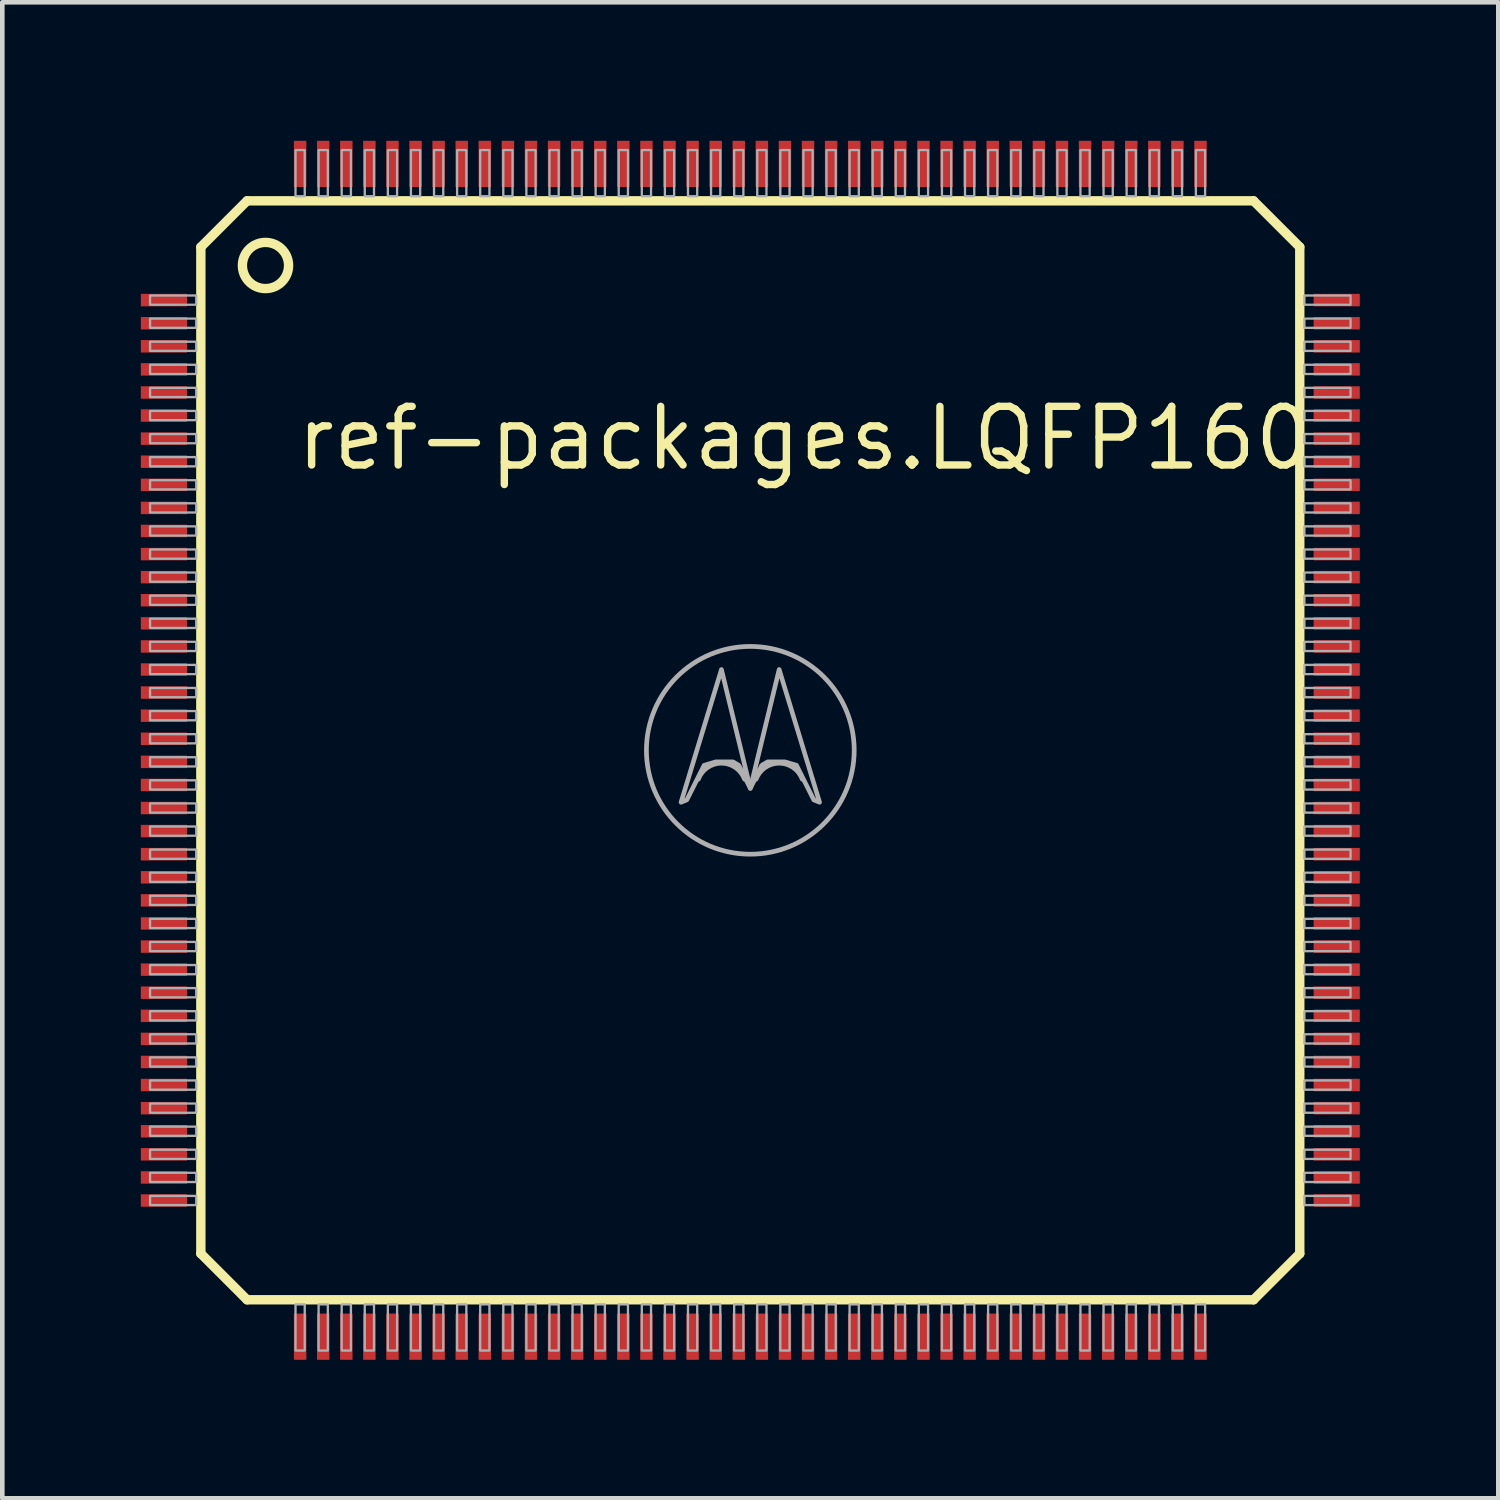
<source format=kicad_pcb>
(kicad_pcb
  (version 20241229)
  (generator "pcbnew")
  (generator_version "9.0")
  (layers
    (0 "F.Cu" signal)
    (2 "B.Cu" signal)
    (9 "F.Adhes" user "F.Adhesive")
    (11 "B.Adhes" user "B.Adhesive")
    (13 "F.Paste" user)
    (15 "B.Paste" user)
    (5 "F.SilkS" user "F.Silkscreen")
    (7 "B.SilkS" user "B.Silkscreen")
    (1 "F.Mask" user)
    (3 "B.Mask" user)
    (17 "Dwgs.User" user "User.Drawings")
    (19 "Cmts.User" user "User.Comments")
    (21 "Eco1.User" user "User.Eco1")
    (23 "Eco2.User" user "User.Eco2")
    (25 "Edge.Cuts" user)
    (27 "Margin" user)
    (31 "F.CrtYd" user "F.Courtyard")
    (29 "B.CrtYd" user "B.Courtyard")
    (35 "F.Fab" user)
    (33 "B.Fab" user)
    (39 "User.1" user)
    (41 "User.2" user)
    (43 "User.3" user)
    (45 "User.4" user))
  (footprint "ref-packages.LQFP160"
    (layer "F.Cu")
    (at 13.2 13.2)
    (property "Reference" "ref-packages.LQFP160" (at -9.908 -6.016 0) (layer "F.SilkS") (effects (font (size 1.27 1.27) (thickness 0.16)) (justify left bottom)))
    (attr smd)
    (fp_line (start -11.9 -10.9) (end -10.9 -11.9) (stroke (width 0.203) (type default)) (layer "F.SilkS"))
    (fp_line (start -11.9 10.9) (end -11.9 -10.9) (stroke (width 0.203) (type default)) (layer "F.SilkS"))
    (fp_line (start -11.9 10.9) (end -10.9 11.9) (stroke (width 0.203) (type default)) (layer "F.SilkS"))
    (fp_line (start -10.9 -11.9) (end 10.9 -11.9) (stroke (width 0.203) (type default)) (layer "F.SilkS"))
    (fp_line (start 10.9 11.9) (end -10.9 11.9) (stroke (width 0.203) (type default)) (layer "F.SilkS"))
    (fp_line (start 11.9 -10.9) (end 10.9 -11.9) (stroke (width 0.203) (type default)) (layer "F.SilkS"))
    (fp_line (start 11.9 -10.9) (end 11.9 10.9) (stroke (width 0.203) (type default)) (layer "F.SilkS"))
    (fp_line (start 11.9 10.9) (end 10.9 11.9) (stroke (width 0.203) (type default)) (layer "F.SilkS"))
    (fp_circle (center -10.5 -10.5) (end -10 -10.5) (stroke (width 0.203) (type default)) (fill no) (layer "F.SilkS"))
    (fp_rect (start -13 -9.65) (end -12 -9.85) (stroke (width 0.05) (type default)) (fill no) (layer "F.Fab"))
    (fp_rect (start -13 -9.15) (end -12 -9.35) (stroke (width 0.05) (type default)) (fill no) (layer "F.Fab"))
    (fp_rect (start -13 -8.65) (end -12 -8.85) (stroke (width 0.05) (type default)) (fill no) (layer "F.Fab"))
    (fp_rect (start -13 -8.15) (end -12 -8.35) (stroke (width 0.05) (type default)) (fill no) (layer "F.Fab"))
    (fp_rect (start -13 -7.65) (end -12 -7.85) (stroke (width 0.05) (type default)) (fill no) (layer "F.Fab"))
    (fp_rect (start -13 -7.15) (end -12 -7.35) (stroke (width 0.05) (type default)) (fill no) (layer "F.Fab"))
    (fp_rect (start -13 -6.65) (end -12 -6.85) (stroke (width 0.05) (type default)) (fill no) (layer "F.Fab"))
    (fp_rect (start -13 -6.15) (end -12 -6.35) (stroke (width 0.05) (type default)) (fill no) (layer "F.Fab"))
    (fp_rect (start -13 -5.65) (end -12 -5.85) (stroke (width 0.05) (type default)) (fill no) (layer "F.Fab"))
    (fp_rect (start -13 -5.15) (end -12 -5.35) (stroke (width 0.05) (type default)) (fill no) (layer "F.Fab"))
    (fp_rect (start -13 -4.65) (end -12 -4.85) (stroke (width 0.05) (type default)) (fill no) (layer "F.Fab"))
    (fp_rect (start -13 -4.15) (end -12 -4.35) (stroke (width 0.05) (type default)) (fill no) (layer "F.Fab"))
    (fp_rect (start -13 -3.65) (end -12 -3.85) (stroke (width 0.05) (type default)) (fill no) (layer "F.Fab"))
    (fp_rect (start -13 -3.15) (end -12 -3.35) (stroke (width 0.05) (type default)) (fill no) (layer "F.Fab"))
    (fp_rect (start -13 -2.65) (end -12 -2.85) (stroke (width 0.05) (type default)) (fill no) (layer "F.Fab"))
    (fp_rect (start -13 -2.15) (end -12 -2.35) (stroke (width 0.05) (type default)) (fill no) (layer "F.Fab"))
    (fp_rect (start -13 -1.65) (end -12 -1.85) (stroke (width 0.05) (type default)) (fill no) (layer "F.Fab"))
    (fp_rect (start -13 -1.15) (end -12 -1.35) (stroke (width 0.05) (type default)) (fill no) (layer "F.Fab"))
    (fp_rect (start -13 -0.65) (end -12 -0.85) (stroke (width 0.05) (type default)) (fill no) (layer "F.Fab"))
    (fp_rect (start -13 -0.15) (end -12 -0.35) (stroke (width 0.05) (type default)) (fill no) (layer "F.Fab"))
    (fp_rect (start -13 0.35) (end -12 0.15) (stroke (width 0.05) (type default)) (fill no) (layer "F.Fab"))
    (fp_rect (start -13 0.85) (end -12 0.65) (stroke (width 0.05) (type default)) (fill no) (layer "F.Fab"))
    (fp_rect (start -13 1.35) (end -12 1.15) (stroke (width 0.05) (type default)) (fill no) (layer "F.Fab"))
    (fp_rect (start -13 1.85) (end -12 1.65) (stroke (width 0.05) (type default)) (fill no) (layer "F.Fab"))
    (fp_rect (start -13 2.35) (end -12 2.15) (stroke (width 0.05) (type default)) (fill no) (layer "F.Fab"))
    (fp_rect (start -13 2.85) (end -12 2.65) (stroke (width 0.05) (type default)) (fill no) (layer "F.Fab"))
    (fp_rect (start -13 3.35) (end -12 3.15) (stroke (width 0.05) (type default)) (fill no) (layer "F.Fab"))
    (fp_rect (start -13 3.85) (end -12 3.65) (stroke (width 0.05) (type default)) (fill no) (layer "F.Fab"))
    (fp_rect (start -13 4.35) (end -12 4.15) (stroke (width 0.05) (type default)) (fill no) (layer "F.Fab"))
    (fp_rect (start -13 4.85) (end -12 4.65) (stroke (width 0.05) (type default)) (fill no) (layer "F.Fab"))
    (fp_rect (start -13 5.35) (end -12 5.15) (stroke (width 0.05) (type default)) (fill no) (layer "F.Fab"))
    (fp_rect (start -13 5.85) (end -12 5.65) (stroke (width 0.05) (type default)) (fill no) (layer "F.Fab"))
    (fp_rect (start -13 6.35) (end -12 6.15) (stroke (width 0.05) (type default)) (fill no) (layer "F.Fab"))
    (fp_rect (start -13 6.85) (end -12 6.65) (stroke (width 0.05) (type default)) (fill no) (layer "F.Fab"))
    (fp_rect (start -13 7.35) (end -12 7.15) (stroke (width 0.05) (type default)) (fill no) (layer "F.Fab"))
    (fp_rect (start -13 7.85) (end -12 7.65) (stroke (width 0.05) (type default)) (fill no) (layer "F.Fab"))
    (fp_rect (start -13 8.35) (end -12 8.15) (stroke (width 0.05) (type default)) (fill no) (layer "F.Fab"))
    (fp_rect (start -13 8.85) (end -12 8.65) (stroke (width 0.05) (type default)) (fill no) (layer "F.Fab"))
    (fp_rect (start -13 9.35) (end -12 9.15) (stroke (width 0.05) (type default)) (fill no) (layer "F.Fab"))
    (fp_rect (start -13 9.85) (end -12 9.65) (stroke (width 0.05) (type default)) (fill no) (layer "F.Fab"))
    (fp_rect (start -9.85 -12) (end -9.65 -13) (stroke (width 0.05) (type default)) (fill no) (layer "F.Fab"))
    (fp_rect (start -9.85 13) (end -9.65 12) (stroke (width 0.05) (type default)) (fill no) (layer "F.Fab"))
    (fp_rect (start -9.35 -12) (end -9.15 -13) (stroke (width 0.05) (type default)) (fill no) (layer "F.Fab"))
    (fp_rect (start -9.35 13) (end -9.15 12) (stroke (width 0.05) (type default)) (fill no) (layer "F.Fab"))
    (fp_rect (start -8.85 -12) (end -8.65 -13) (stroke (width 0.05) (type default)) (fill no) (layer "F.Fab"))
    (fp_rect (start -8.85 13) (end -8.65 12) (stroke (width 0.05) (type default)) (fill no) (layer "F.Fab"))
    (fp_rect (start -8.35 -12) (end -8.15 -13) (stroke (width 0.05) (type default)) (fill no) (layer "F.Fab"))
    (fp_rect (start -8.35 13) (end -8.15 12) (stroke (width 0.05) (type default)) (fill no) (layer "F.Fab"))
    (fp_rect (start -7.85 -12) (end -7.65 -13) (stroke (width 0.05) (type default)) (fill no) (layer "F.Fab"))
    (fp_rect (start -7.85 13) (end -7.65 12) (stroke (width 0.05) (type default)) (fill no) (layer "F.Fab"))
    (fp_rect (start -7.35 -12) (end -7.15 -13) (stroke (width 0.05) (type default)) (fill no) (layer "F.Fab"))
    (fp_rect (start -7.35 13) (end -7.15 12) (stroke (width 0.05) (type default)) (fill no) (layer "F.Fab"))
    (fp_rect (start -6.85 -12) (end -6.65 -13) (stroke (width 0.05) (type default)) (fill no) (layer "F.Fab"))
    (fp_rect (start -6.85 13) (end -6.65 12) (stroke (width 0.05) (type default)) (fill no) (layer "F.Fab"))
    (fp_rect (start -6.35 -12) (end -6.15 -13) (stroke (width 0.05) (type default)) (fill no) (layer "F.Fab"))
    (fp_rect (start -6.35 13) (end -6.15 12) (stroke (width 0.05) (type default)) (fill no) (layer "F.Fab"))
    (fp_rect (start -5.85 -12) (end -5.65 -13) (stroke (width 0.05) (type default)) (fill no) (layer "F.Fab"))
    (fp_rect (start -5.85 13) (end -5.65 12) (stroke (width 0.05) (type default)) (fill no) (layer "F.Fab"))
    (fp_rect (start -5.35 -12) (end -5.15 -13) (stroke (width 0.05) (type default)) (fill no) (layer "F.Fab"))
    (fp_rect (start -5.35 13) (end -5.15 12) (stroke (width 0.05) (type default)) (fill no) (layer "F.Fab"))
    (fp_rect (start -4.85 -12) (end -4.65 -13) (stroke (width 0.05) (type default)) (fill no) (layer "F.Fab"))
    (fp_rect (start -4.85 13) (end -4.65 12) (stroke (width 0.05) (type default)) (fill no) (layer "F.Fab"))
    (fp_rect (start -4.35 -12) (end -4.15 -13) (stroke (width 0.05) (type default)) (fill no) (layer "F.Fab"))
    (fp_rect (start -4.35 13) (end -4.15 12) (stroke (width 0.05) (type default)) (fill no) (layer "F.Fab"))
    (fp_rect (start -3.85 -12) (end -3.65 -13) (stroke (width 0.05) (type default)) (fill no) (layer "F.Fab"))
    (fp_rect (start -3.85 13) (end -3.65 12) (stroke (width 0.05) (type default)) (fill no) (layer "F.Fab"))
    (fp_rect (start -3.35 -12) (end -3.15 -13) (stroke (width 0.05) (type default)) (fill no) (layer "F.Fab"))
    (fp_rect (start -3.35 13) (end -3.15 12) (stroke (width 0.05) (type default)) (fill no) (layer "F.Fab"))
    (fp_rect (start -2.85 -12) (end -2.65 -13) (stroke (width 0.05) (type default)) (fill no) (layer "F.Fab"))
    (fp_rect (start -2.85 13) (end -2.65 12) (stroke (width 0.05) (type default)) (fill no) (layer "F.Fab"))
    (fp_rect (start -2.35 -12) (end -2.15 -13) (stroke (width 0.05) (type default)) (fill no) (layer "F.Fab"))
    (fp_rect (start -2.35 13) (end -2.15 12) (stroke (width 0.05) (type default)) (fill no) (layer "F.Fab"))
    (fp_rect (start -1.85 -12) (end -1.65 -13) (stroke (width 0.05) (type default)) (fill no) (layer "F.Fab"))
    (fp_rect (start -1.85 13) (end -1.65 12) (stroke (width 0.05) (type default)) (fill no) (layer "F.Fab"))
    (fp_rect (start -1.35 -12) (end -1.15 -13) (stroke (width 0.05) (type default)) (fill no) (layer "F.Fab"))
    (fp_rect (start -1.35 13) (end -1.15 12) (stroke (width 0.05) (type default)) (fill no) (layer "F.Fab"))
    (fp_rect (start -0.85 -12) (end -0.65 -13) (stroke (width 0.05) (type default)) (fill no) (layer "F.Fab"))
    (fp_rect (start -0.85 13) (end -0.65 12) (stroke (width 0.05) (type default)) (fill no) (layer "F.Fab"))
    (fp_rect (start -0.35 -12) (end -0.15 -13) (stroke (width 0.05) (type default)) (fill no) (layer "F.Fab"))
    (fp_rect (start -0.35 13) (end -0.15 12) (stroke (width 0.05) (type default)) (fill no) (layer "F.Fab"))
    (fp_rect (start 0.15 -12) (end 0.35 -13) (stroke (width 0.05) (type default)) (fill no) (layer "F.Fab"))
    (fp_rect (start 0.15 13) (end 0.35 12) (stroke (width 0.05) (type default)) (fill no) (layer "F.Fab"))
    (fp_rect (start 0.65 -12) (end 0.85 -13) (stroke (width 0.05) (type default)) (fill no) (layer "F.Fab"))
    (fp_rect (start 0.65 13) (end 0.85 12) (stroke (width 0.05) (type default)) (fill no) (layer "F.Fab"))
    (fp_rect (start 1.15 -12) (end 1.35 -13) (stroke (width 0.05) (type default)) (fill no) (layer "F.Fab"))
    (fp_rect (start 1.15 13) (end 1.35 12) (stroke (width 0.05) (type default)) (fill no) (layer "F.Fab"))
    (fp_rect (start 1.65 -12) (end 1.85 -13) (stroke (width 0.05) (type default)) (fill no) (layer "F.Fab"))
    (fp_rect (start 1.65 13) (end 1.85 12) (stroke (width 0.05) (type default)) (fill no) (layer "F.Fab"))
    (fp_rect (start 2.15 -12) (end 2.35 -13) (stroke (width 0.05) (type default)) (fill no) (layer "F.Fab"))
    (fp_rect (start 2.15 13) (end 2.35 12) (stroke (width 0.05) (type default)) (fill no) (layer "F.Fab"))
    (fp_rect (start 2.65 -12) (end 2.85 -13) (stroke (width 0.05) (type default)) (fill no) (layer "F.Fab"))
    (fp_rect (start 2.65 13) (end 2.85 12) (stroke (width 0.05) (type default)) (fill no) (layer "F.Fab"))
    (fp_rect (start 3.15 -12) (end 3.35 -13) (stroke (width 0.05) (type default)) (fill no) (layer "F.Fab"))
    (fp_rect (start 3.15 13) (end 3.35 12) (stroke (width 0.05) (type default)) (fill no) (layer "F.Fab"))
    (fp_rect (start 3.65 -12) (end 3.85 -13) (stroke (width 0.05) (type default)) (fill no) (layer "F.Fab"))
    (fp_rect (start 3.65 13) (end 3.85 12) (stroke (width 0.05) (type default)) (fill no) (layer "F.Fab"))
    (fp_rect (start 4.15 -12) (end 4.35 -13) (stroke (width 0.05) (type default)) (fill no) (layer "F.Fab"))
    (fp_rect (start 4.15 13) (end 4.35 12) (stroke (width 0.05) (type default)) (fill no) (layer "F.Fab"))
    (fp_rect (start 4.65 -12) (end 4.85 -13) (stroke (width 0.05) (type default)) (fill no) (layer "F.Fab"))
    (fp_rect (start 4.65 13) (end 4.85 12) (stroke (width 0.05) (type default)) (fill no) (layer "F.Fab"))
    (fp_rect (start 5.15 -12) (end 5.35 -13) (stroke (width 0.05) (type default)) (fill no) (layer "F.Fab"))
    (fp_rect (start 5.15 13) (end 5.35 12) (stroke (width 0.05) (type default)) (fill no) (layer "F.Fab"))
    (fp_rect (start 5.65 -12) (end 5.85 -13) (stroke (width 0.05) (type default)) (fill no) (layer "F.Fab"))
    (fp_rect (start 5.65 13) (end 5.85 12) (stroke (width 0.05) (type default)) (fill no) (layer "F.Fab"))
    (fp_rect (start 6.15 -12) (end 6.35 -13) (stroke (width 0.05) (type default)) (fill no) (layer "F.Fab"))
    (fp_rect (start 6.15 13) (end 6.35 12) (stroke (width 0.05) (type default)) (fill no) (layer "F.Fab"))
    (fp_rect (start 6.65 -12) (end 6.85 -13) (stroke (width 0.05) (type default)) (fill no) (layer "F.Fab"))
    (fp_rect (start 6.65 13) (end 6.85 12) (stroke (width 0.05) (type default)) (fill no) (layer "F.Fab"))
    (fp_rect (start 7.15 -12) (end 7.35 -13) (stroke (width 0.05) (type default)) (fill no) (layer "F.Fab"))
    (fp_rect (start 7.15 13) (end 7.35 12) (stroke (width 0.05) (type default)) (fill no) (layer "F.Fab"))
    (fp_rect (start 7.65 -12) (end 7.85 -13) (stroke (width 0.05) (type default)) (fill no) (layer "F.Fab"))
    (fp_rect (start 7.65 13) (end 7.85 12) (stroke (width 0.05) (type default)) (fill no) (layer "F.Fab"))
    (fp_rect (start 8.15 -12) (end 8.35 -13) (stroke (width 0.05) (type default)) (fill no) (layer "F.Fab"))
    (fp_rect (start 8.15 13) (end 8.35 12) (stroke (width 0.05) (type default)) (fill no) (layer "F.Fab"))
    (fp_rect (start 8.65 -12) (end 8.85 -13) (stroke (width 0.05) (type default)) (fill no) (layer "F.Fab"))
    (fp_rect (start 8.65 13) (end 8.85 12) (stroke (width 0.05) (type default)) (fill no) (layer "F.Fab"))
    (fp_rect (start 9.15 -12) (end 9.35 -13) (stroke (width 0.05) (type default)) (fill no) (layer "F.Fab"))
    (fp_rect (start 9.15 13) (end 9.35 12) (stroke (width 0.05) (type default)) (fill no) (layer "F.Fab"))
    (fp_rect (start 9.65 -12) (end 9.85 -13) (stroke (width 0.05) (type default)) (fill no) (layer "F.Fab"))
    (fp_rect (start 9.65 13) (end 9.85 12) (stroke (width 0.05) (type default)) (fill no) (layer "F.Fab"))
    (fp_rect (start 12 -9.65) (end 13 -9.85) (stroke (width 0.05) (type default)) (fill no) (layer "F.Fab"))
    (fp_rect (start 12 -9.15) (end 13 -9.35) (stroke (width 0.05) (type default)) (fill no) (layer "F.Fab"))
    (fp_rect (start 12 -8.65) (end 13 -8.85) (stroke (width 0.05) (type default)) (fill no) (layer "F.Fab"))
    (fp_rect (start 12 -8.15) (end 13 -8.35) (stroke (width 0.05) (type default)) (fill no) (layer "F.Fab"))
    (fp_rect (start 12 -7.65) (end 13 -7.85) (stroke (width 0.05) (type default)) (fill no) (layer "F.Fab"))
    (fp_rect (start 12 -7.15) (end 13 -7.35) (stroke (width 0.05) (type default)) (fill no) (layer "F.Fab"))
    (fp_rect (start 12 -6.65) (end 13 -6.85) (stroke (width 0.05) (type default)) (fill no) (layer "F.Fab"))
    (fp_rect (start 12 -6.15) (end 13 -6.35) (stroke (width 0.05) (type default)) (fill no) (layer "F.Fab"))
    (fp_rect (start 12 -5.65) (end 13 -5.85) (stroke (width 0.05) (type default)) (fill no) (layer "F.Fab"))
    (fp_rect (start 12 -5.15) (end 13 -5.35) (stroke (width 0.05) (type default)) (fill no) (layer "F.Fab"))
    (fp_rect (start 12 -4.65) (end 13 -4.85) (stroke (width 0.05) (type default)) (fill no) (layer "F.Fab"))
    (fp_rect (start 12 -4.15) (end 13 -4.35) (stroke (width 0.05) (type default)) (fill no) (layer "F.Fab"))
    (fp_rect (start 12 -3.65) (end 13 -3.85) (stroke (width 0.05) (type default)) (fill no) (layer "F.Fab"))
    (fp_rect (start 12 -3.15) (end 13 -3.35) (stroke (width 0.05) (type default)) (fill no) (layer "F.Fab"))
    (fp_rect (start 12 -2.65) (end 13 -2.85) (stroke (width 0.05) (type default)) (fill no) (layer "F.Fab"))
    (fp_rect (start 12 -2.15) (end 13 -2.35) (stroke (width 0.05) (type default)) (fill no) (layer "F.Fab"))
    (fp_rect (start 12 -1.65) (end 13 -1.85) (stroke (width 0.05) (type default)) (fill no) (layer "F.Fab"))
    (fp_rect (start 12 -1.15) (end 13 -1.35) (stroke (width 0.05) (type default)) (fill no) (layer "F.Fab"))
    (fp_rect (start 12 -0.65) (end 13 -0.85) (stroke (width 0.05) (type default)) (fill no) (layer "F.Fab"))
    (fp_rect (start 12 -0.15) (end 13 -0.35) (stroke (width 0.05) (type default)) (fill no) (layer "F.Fab"))
    (fp_rect (start 12 0.35) (end 13 0.15) (stroke (width 0.05) (type default)) (fill no) (layer "F.Fab"))
    (fp_rect (start 12 0.85) (end 13 0.65) (stroke (width 0.05) (type default)) (fill no) (layer "F.Fab"))
    (fp_rect (start 12 1.35) (end 13 1.15) (stroke (width 0.05) (type default)) (fill no) (layer "F.Fab"))
    (fp_rect (start 12 1.85) (end 13 1.65) (stroke (width 0.05) (type default)) (fill no) (layer "F.Fab"))
    (fp_rect (start 12 2.35) (end 13 2.15) (stroke (width 0.05) (type default)) (fill no) (layer "F.Fab"))
    (fp_rect (start 12 2.85) (end 13 2.65) (stroke (width 0.05) (type default)) (fill no) (layer "F.Fab"))
    (fp_rect (start 12 3.35) (end 13 3.15) (stroke (width 0.05) (type default)) (fill no) (layer "F.Fab"))
    (fp_rect (start 12 3.85) (end 13 3.65) (stroke (width 0.05) (type default)) (fill no) (layer "F.Fab"))
    (fp_rect (start 12 4.35) (end 13 4.15) (stroke (width 0.05) (type default)) (fill no) (layer "F.Fab"))
    (fp_rect (start 12 4.85) (end 13 4.65) (stroke (width 0.05) (type default)) (fill no) (layer "F.Fab"))
    (fp_rect (start 12 5.35) (end 13 5.15) (stroke (width 0.05) (type default)) (fill no) (layer "F.Fab"))
    (fp_rect (start 12 5.85) (end 13 5.65) (stroke (width 0.05) (type default)) (fill no) (layer "F.Fab"))
    (fp_rect (start 12 6.35) (end 13 6.15) (stroke (width 0.05) (type default)) (fill no) (layer "F.Fab"))
    (fp_rect (start 12 6.85) (end 13 6.65) (stroke (width 0.05) (type default)) (fill no) (layer "F.Fab"))
    (fp_rect (start 12 7.35) (end 13 7.15) (stroke (width 0.05) (type default)) (fill no) (layer "F.Fab"))
    (fp_rect (start 12 7.85) (end 13 7.65) (stroke (width 0.05) (type default)) (fill no) (layer "F.Fab"))
    (fp_rect (start 12 8.35) (end 13 8.15) (stroke (width 0.05) (type default)) (fill no) (layer "F.Fab"))
    (fp_rect (start 12 8.85) (end 13 8.65) (stroke (width 0.05) (type default)) (fill no) (layer "F.Fab"))
    (fp_rect (start 12 9.35) (end 13 9.15) (stroke (width 0.05) (type default)) (fill no) (layer "F.Fab"))
    (fp_rect (start 12 9.85) (end 13 9.65) (stroke (width 0.05) (type default)) (fill no) (layer "F.Fab"))
    (fp_arc (start -1.125 0.625) (mid -0.625 0.2785) (end -0.125 0.625) (stroke (width 0.1016) (type default)) (layer "F.Fab"))
    (fp_arc (start 0.125 0.625) (mid 0.625 0.2785) (end 1.125 0.625) (stroke (width 0.1016) (type default)) (layer "F.Fab"))
    (fp_circle (center 0 0) (end 2.25 0) (stroke (width 0.102) (type default)) (fill no) (layer "F.Fab"))
    (fp_poly (pts (xy -1.5 1.125) (xy -0.625 -1.75) (xy 0 0.824) (xy -0.25 0.324) (xy -0.375 0.25) (xy -0.75 0.25) (xy -1 0.324) (xy -1.375 1.074)) (stroke (width 0.1) (type default)) (fill no) (layer "F.Fab"))
    (fp_poly (pts (xy 1.5 1.125) (xy 0.625 -1.75) (xy 0 0.824) (xy 0.25 0.324) (xy 0.375 0.25) (xy 0.75 0.25) (xy 1 0.324) (xy 1.375 1.074)) (stroke (width 0.1) (type default)) (fill no) (layer "F.Fab"))
    (pad "1" smd roundrect (at -12.7 -9.75) (size 1 0.27) (layers "F.Cu" "F.Mask" "F.Paste") (roundrect_rratio 0.01))
    (pad "2" smd roundrect (at -12.7 -9.25) (size 1 0.27) (layers "F.Cu" "F.Mask" "F.Paste") (roundrect_rratio 0.01))
    (pad "3" smd roundrect (at -12.7 -8.75) (size 1 0.27) (layers "F.Cu" "F.Mask" "F.Paste") (roundrect_rratio 0.01))
    (pad "4" smd roundrect (at -12.7 -8.25) (size 1 0.27) (layers "F.Cu" "F.Mask" "F.Paste") (roundrect_rratio 0.01))
    (pad "5" smd roundrect (at -12.7 -7.75) (size 1 0.27) (layers "F.Cu" "F.Mask" "F.Paste") (roundrect_rratio 0.01))
    (pad "6" smd roundrect (at -12.7 -7.25) (size 1 0.27) (layers "F.Cu" "F.Mask" "F.Paste") (roundrect_rratio 0.01))
    (pad "7" smd roundrect (at -12.7 -6.75) (size 1 0.27) (layers "F.Cu" "F.Mask" "F.Paste") (roundrect_rratio 0.01))
    (pad "8" smd roundrect (at -12.7 -6.25) (size 1 0.27) (layers "F.Cu" "F.Mask" "F.Paste") (roundrect_rratio 0.01))
    (pad "9" smd roundrect (at -12.7 -5.75) (size 1 0.27) (layers "F.Cu" "F.Mask" "F.Paste") (roundrect_rratio 0.01))
    (pad "10" smd roundrect (at -12.7 -5.25) (size 1 0.27) (layers "F.Cu" "F.Mask" "F.Paste") (roundrect_rratio 0.01))
    (pad "11" smd roundrect (at -12.7 -4.75) (size 1 0.27) (layers "F.Cu" "F.Mask" "F.Paste") (roundrect_rratio 0.01))
    (pad "12" smd roundrect (at -12.7 -4.25) (size 1 0.27) (layers "F.Cu" "F.Mask" "F.Paste") (roundrect_rratio 0.01))
    (pad "13" smd roundrect (at -12.7 -3.75) (size 1 0.27) (layers "F.Cu" "F.Mask" "F.Paste") (roundrect_rratio 0.01))
    (pad "14" smd roundrect (at -12.7 -3.25) (size 1 0.27) (layers "F.Cu" "F.Mask" "F.Paste") (roundrect_rratio 0.01))
    (pad "15" smd roundrect (at -12.7 -2.75) (size 1 0.27) (layers "F.Cu" "F.Mask" "F.Paste") (roundrect_rratio 0.01))
    (pad "16" smd roundrect (at -12.7 -2.25) (size 1 0.27) (layers "F.Cu" "F.Mask" "F.Paste") (roundrect_rratio 0.01))
    (pad "17" smd roundrect (at -12.7 -1.75) (size 1 0.27) (layers "F.Cu" "F.Mask" "F.Paste") (roundrect_rratio 0.01))
    (pad "18" smd roundrect (at -12.7 -1.25) (size 1 0.27) (layers "F.Cu" "F.Mask" "F.Paste") (roundrect_rratio 0.01))
    (pad "19" smd roundrect (at -12.7 -0.75) (size 1 0.27) (layers "F.Cu" "F.Mask" "F.Paste") (roundrect_rratio 0.01))
    (pad "20" smd roundrect (at -12.7 -0.25) (size 1 0.27) (layers "F.Cu" "F.Mask" "F.Paste") (roundrect_rratio 0.01))
    (pad "21" smd roundrect (at -12.7 0.25) (size 1 0.27) (layers "F.Cu" "F.Mask" "F.Paste") (roundrect_rratio 0.01))
    (pad "22" smd roundrect (at -12.7 0.75) (size 1 0.27) (layers "F.Cu" "F.Mask" "F.Paste") (roundrect_rratio 0.01))
    (pad "23" smd roundrect (at -12.7 1.25) (size 1 0.27) (layers "F.Cu" "F.Mask" "F.Paste") (roundrect_rratio 0.01))
    (pad "24" smd roundrect (at -12.7 1.75) (size 1 0.27) (layers "F.Cu" "F.Mask" "F.Paste") (roundrect_rratio 0.01))
    (pad "25" smd roundrect (at -12.7 2.25) (size 1 0.27) (layers "F.Cu" "F.Mask" "F.Paste") (roundrect_rratio 0.01))
    (pad "26" smd roundrect (at -12.7 2.75) (size 1 0.27) (layers "F.Cu" "F.Mask" "F.Paste") (roundrect_rratio 0.01))
    (pad "27" smd roundrect (at -12.7 3.25) (size 1 0.27) (layers "F.Cu" "F.Mask" "F.Paste") (roundrect_rratio 0.01))
    (pad "28" smd roundrect (at -12.7 3.75) (size 1 0.27) (layers "F.Cu" "F.Mask" "F.Paste") (roundrect_rratio 0.01))
    (pad "29" smd roundrect (at -12.7 4.25) (size 1 0.27) (layers "F.Cu" "F.Mask" "F.Paste") (roundrect_rratio 0.01))
    (pad "30" smd roundrect (at -12.7 4.75) (size 1 0.27) (layers "F.Cu" "F.Mask" "F.Paste") (roundrect_rratio 0.01))
    (pad "31" smd roundrect (at -12.7 5.25) (size 1 0.27) (layers "F.Cu" "F.Mask" "F.Paste") (roundrect_rratio 0.01))
    (pad "32" smd roundrect (at -12.7 5.75) (size 1 0.27) (layers "F.Cu" "F.Mask" "F.Paste") (roundrect_rratio 0.01))
    (pad "33" smd roundrect (at -12.7 6.25) (size 1 0.27) (layers "F.Cu" "F.Mask" "F.Paste") (roundrect_rratio 0.01))
    (pad "34" smd roundrect (at -12.7 6.75) (size 1 0.27) (layers "F.Cu" "F.Mask" "F.Paste") (roundrect_rratio 0.01))
    (pad "35" smd roundrect (at -12.7 7.25) (size 1 0.27) (layers "F.Cu" "F.Mask" "F.Paste") (roundrect_rratio 0.01))
    (pad "36" smd roundrect (at -12.7 7.75) (size 1 0.27) (layers "F.Cu" "F.Mask" "F.Paste") (roundrect_rratio 0.01))
    (pad "37" smd roundrect (at -12.7 8.25) (size 1 0.27) (layers "F.Cu" "F.Mask" "F.Paste") (roundrect_rratio 0.01))
    (pad "38" smd roundrect (at -12.7 8.75) (size 1 0.27) (layers "F.Cu" "F.Mask" "F.Paste") (roundrect_rratio 0.01))
    (pad "39" smd roundrect (at -12.7 9.25) (size 1 0.27) (layers "F.Cu" "F.Mask" "F.Paste") (roundrect_rratio 0.01))
    (pad "40" smd roundrect (at -12.7 9.75) (size 1 0.27) (layers "F.Cu" "F.Mask" "F.Paste") (roundrect_rratio 0.01))
    (pad "41" smd roundrect (at -9.75 12.7) (size 0.27 1) (layers "F.Cu" "F.Mask" "F.Paste") (roundrect_rratio 0.01))
    (pad "42" smd roundrect (at -9.25 12.7) (size 0.27 1) (layers "F.Cu" "F.Mask" "F.Paste") (roundrect_rratio 0.01))
    (pad "43" smd roundrect (at -8.75 12.7) (size 0.27 1) (layers "F.Cu" "F.Mask" "F.Paste") (roundrect_rratio 0.01))
    (pad "44" smd roundrect (at -8.25 12.7) (size 0.27 1) (layers "F.Cu" "F.Mask" "F.Paste") (roundrect_rratio 0.01))
    (pad "45" smd roundrect (at -7.75 12.7) (size 0.27 1) (layers "F.Cu" "F.Mask" "F.Paste") (roundrect_rratio 0.01))
    (pad "46" smd roundrect (at -7.25 12.7) (size 0.27 1) (layers "F.Cu" "F.Mask" "F.Paste") (roundrect_rratio 0.01))
    (pad "47" smd roundrect (at -6.75 12.7) (size 0.27 1) (layers "F.Cu" "F.Mask" "F.Paste") (roundrect_rratio 0.01))
    (pad "48" smd roundrect (at -6.25 12.7) (size 0.27 1) (layers "F.Cu" "F.Mask" "F.Paste") (roundrect_rratio 0.01))
    (pad "49" smd roundrect (at -5.75 12.7) (size 0.27 1) (layers "F.Cu" "F.Mask" "F.Paste") (roundrect_rratio 0.01))
    (pad "50" smd roundrect (at -5.25 12.7) (size 0.27 1) (layers "F.Cu" "F.Mask" "F.Paste") (roundrect_rratio 0.01))
    (pad "51" smd roundrect (at -4.75 12.7) (size 0.27 1) (layers "F.Cu" "F.Mask" "F.Paste") (roundrect_rratio 0.01))
    (pad "52" smd roundrect (at -4.25 12.7) (size 0.27 1) (layers "F.Cu" "F.Mask" "F.Paste") (roundrect_rratio 0.01))
    (pad "53" smd roundrect (at -3.75 12.7) (size 0.27 1) (layers "F.Cu" "F.Mask" "F.Paste") (roundrect_rratio 0.01))
    (pad "54" smd roundrect (at -3.25 12.7) (size 0.27 1) (layers "F.Cu" "F.Mask" "F.Paste") (roundrect_rratio 0.01))
    (pad "55" smd roundrect (at -2.75 12.7) (size 0.27 1) (layers "F.Cu" "F.Mask" "F.Paste") (roundrect_rratio 0.01))
    (pad "56" smd roundrect (at -2.25 12.7) (size 0.27 1) (layers "F.Cu" "F.Mask" "F.Paste") (roundrect_rratio 0.01))
    (pad "57" smd roundrect (at -1.75 12.7) (size 0.27 1) (layers "F.Cu" "F.Mask" "F.Paste") (roundrect_rratio 0.01))
    (pad "58" smd roundrect (at -1.25 12.7) (size 0.27 1) (layers "F.Cu" "F.Mask" "F.Paste") (roundrect_rratio 0.01))
    (pad "59" smd roundrect (at -0.75 12.7) (size 0.27 1) (layers "F.Cu" "F.Mask" "F.Paste") (roundrect_rratio 0.01))
    (pad "60" smd roundrect (at -0.25 12.7) (size 0.27 1) (layers "F.Cu" "F.Mask" "F.Paste") (roundrect_rratio 0.01))
    (pad "61" smd roundrect (at 0.25 12.7) (size 0.27 1) (layers "F.Cu" "F.Mask" "F.Paste") (roundrect_rratio 0.01))
    (pad "62" smd roundrect (at 0.75 12.7) (size 0.27 1) (layers "F.Cu" "F.Mask" "F.Paste") (roundrect_rratio 0.01))
    (pad "63" smd roundrect (at 1.25 12.7) (size 0.27 1) (layers "F.Cu" "F.Mask" "F.Paste") (roundrect_rratio 0.01))
    (pad "64" smd roundrect (at 1.75 12.7) (size 0.27 1) (layers "F.Cu" "F.Mask" "F.Paste") (roundrect_rratio 0.01))
    (pad "65" smd roundrect (at 2.25 12.7) (size 0.27 1) (layers "F.Cu" "F.Mask" "F.Paste") (roundrect_rratio 0.01))
    (pad "66" smd roundrect (at 2.75 12.7) (size 0.27 1) (layers "F.Cu" "F.Mask" "F.Paste") (roundrect_rratio 0.01))
    (pad "67" smd roundrect (at 3.25 12.7) (size 0.27 1) (layers "F.Cu" "F.Mask" "F.Paste") (roundrect_rratio 0.01))
    (pad "68" smd roundrect (at 3.75 12.7) (size 0.27 1) (layers "F.Cu" "F.Mask" "F.Paste") (roundrect_rratio 0.01))
    (pad "69" smd roundrect (at 4.25 12.7) (size 0.27 1) (layers "F.Cu" "F.Mask" "F.Paste") (roundrect_rratio 0.01))
    (pad "70" smd roundrect (at 4.75 12.7) (size 0.27 1) (layers "F.Cu" "F.Mask" "F.Paste") (roundrect_rratio 0.01))
    (pad "71" smd roundrect (at 5.25 12.7) (size 0.27 1) (layers "F.Cu" "F.Mask" "F.Paste") (roundrect_rratio 0.01))
    (pad "72" smd roundrect (at 5.75 12.7) (size 0.27 1) (layers "F.Cu" "F.Mask" "F.Paste") (roundrect_rratio 0.01))
    (pad "73" smd roundrect (at 6.25 12.7) (size 0.27 1) (layers "F.Cu" "F.Mask" "F.Paste") (roundrect_rratio 0.01))
    (pad "74" smd roundrect (at 6.75 12.7) (size 0.27 1) (layers "F.Cu" "F.Mask" "F.Paste") (roundrect_rratio 0.01))
    (pad "75" smd roundrect (at 7.25 12.7) (size 0.27 1) (layers "F.Cu" "F.Mask" "F.Paste") (roundrect_rratio 0.01))
    (pad "76" smd roundrect (at 7.75 12.7) (size 0.27 1) (layers "F.Cu" "F.Mask" "F.Paste") (roundrect_rratio 0.01))
    (pad "77" smd roundrect (at 8.25 12.7) (size 0.27 1) (layers "F.Cu" "F.Mask" "F.Paste") (roundrect_rratio 0.01))
    (pad "78" smd roundrect (at 8.75 12.7) (size 0.27 1) (layers "F.Cu" "F.Mask" "F.Paste") (roundrect_rratio 0.01))
    (pad "79" smd roundrect (at 9.25 12.7) (size 0.27 1) (layers "F.Cu" "F.Mask" "F.Paste") (roundrect_rratio 0.01))
    (pad "80" smd roundrect (at 9.75 12.7) (size 0.27 1) (layers "F.Cu" "F.Mask" "F.Paste") (roundrect_rratio 0.01))
    (pad "81" smd roundrect (at 12.7 9.75) (size 1 0.27) (layers "F.Cu" "F.Mask" "F.Paste") (roundrect_rratio 0.01))
    (pad "82" smd roundrect (at 12.7 9.25) (size 1 0.27) (layers "F.Cu" "F.Mask" "F.Paste") (roundrect_rratio 0.01))
    (pad "83" smd roundrect (at 12.7 8.75) (size 1 0.27) (layers "F.Cu" "F.Mask" "F.Paste") (roundrect_rratio 0.01))
    (pad "84" smd roundrect (at 12.7 8.25) (size 1 0.27) (layers "F.Cu" "F.Mask" "F.Paste") (roundrect_rratio 0.01))
    (pad "85" smd roundrect (at 12.7 7.75) (size 1 0.27) (layers "F.Cu" "F.Mask" "F.Paste") (roundrect_rratio 0.01))
    (pad "86" smd roundrect (at 12.7 7.25) (size 1 0.27) (layers "F.Cu" "F.Mask" "F.Paste") (roundrect_rratio 0.01))
    (pad "87" smd roundrect (at 12.7 6.75) (size 1 0.27) (layers "F.Cu" "F.Mask" "F.Paste") (roundrect_rratio 0.01))
    (pad "88" smd roundrect (at 12.7 6.25) (size 1 0.27) (layers "F.Cu" "F.Mask" "F.Paste") (roundrect_rratio 0.01))
    (pad "89" smd roundrect (at 12.7 5.75) (size 1 0.27) (layers "F.Cu" "F.Mask" "F.Paste") (roundrect_rratio 0.01))
    (pad "90" smd roundrect (at 12.7 5.25) (size 1 0.27) (layers "F.Cu" "F.Mask" "F.Paste") (roundrect_rratio 0.01))
    (pad "91" smd roundrect (at 12.7 4.75) (size 1 0.27) (layers "F.Cu" "F.Mask" "F.Paste") (roundrect_rratio 0.01))
    (pad "92" smd roundrect (at 12.7 4.25) (size 1 0.27) (layers "F.Cu" "F.Mask" "F.Paste") (roundrect_rratio 0.01))
    (pad "93" smd roundrect (at 12.7 3.75) (size 1 0.27) (layers "F.Cu" "F.Mask" "F.Paste") (roundrect_rratio 0.01))
    (pad "94" smd roundrect (at 12.7 3.25) (size 1 0.27) (layers "F.Cu" "F.Mask" "F.Paste") (roundrect_rratio 0.01))
    (pad "95" smd roundrect (at 12.7 2.75) (size 1 0.27) (layers "F.Cu" "F.Mask" "F.Paste") (roundrect_rratio 0.01))
    (pad "96" smd roundrect (at 12.7 2.25) (size 1 0.27) (layers "F.Cu" "F.Mask" "F.Paste") (roundrect_rratio 0.01))
    (pad "97" smd roundrect (at 12.7 1.75) (size 1 0.27) (layers "F.Cu" "F.Mask" "F.Paste") (roundrect_rratio 0.01))
    (pad "98" smd roundrect (at 12.7 1.25) (size 1 0.27) (layers "F.Cu" "F.Mask" "F.Paste") (roundrect_rratio 0.01))
    (pad "99" smd roundrect (at 12.7 0.75) (size 1 0.27) (layers "F.Cu" "F.Mask" "F.Paste") (roundrect_rratio 0.01))
    (pad "100" smd roundrect (at 12.7 0.25) (size 1 0.27) (layers "F.Cu" "F.Mask" "F.Paste") (roundrect_rratio 0.01))
    (pad "101" smd roundrect (at 12.7 -0.25) (size 1 0.27) (layers "F.Cu" "F.Mask" "F.Paste") (roundrect_rratio 0.01))
    (pad "102" smd roundrect (at 12.7 -0.75) (size 1 0.27) (layers "F.Cu" "F.Mask" "F.Paste") (roundrect_rratio 0.01))
    (pad "103" smd roundrect (at 12.7 -1.25) (size 1 0.27) (layers "F.Cu" "F.Mask" "F.Paste") (roundrect_rratio 0.01))
    (pad "104" smd roundrect (at 12.7 -1.75) (size 1 0.27) (layers "F.Cu" "F.Mask" "F.Paste") (roundrect_rratio 0.01))
    (pad "105" smd roundrect (at 12.7 -2.25) (size 1 0.27) (layers "F.Cu" "F.Mask" "F.Paste") (roundrect_rratio 0.01))
    (pad "106" smd roundrect (at 12.7 -2.75) (size 1 0.27) (layers "F.Cu" "F.Mask" "F.Paste") (roundrect_rratio 0.01))
    (pad "107" smd roundrect (at 12.7 -3.25) (size 1 0.27) (layers "F.Cu" "F.Mask" "F.Paste") (roundrect_rratio 0.01))
    (pad "108" smd roundrect (at 12.7 -3.75) (size 1 0.27) (layers "F.Cu" "F.Mask" "F.Paste") (roundrect_rratio 0.01))
    (pad "109" smd roundrect (at 12.7 -4.25) (size 1 0.27) (layers "F.Cu" "F.Mask" "F.Paste") (roundrect_rratio 0.01))
    (pad "110" smd roundrect (at 12.7 -4.75) (size 1 0.27) (layers "F.Cu" "F.Mask" "F.Paste") (roundrect_rratio 0.01))
    (pad "111" smd roundrect (at 12.7 -5.25) (size 1 0.27) (layers "F.Cu" "F.Mask" "F.Paste") (roundrect_rratio 0.01))
    (pad "112" smd roundrect (at 12.7 -5.75) (size 1 0.27) (layers "F.Cu" "F.Mask" "F.Paste") (roundrect_rratio 0.01))
    (pad "113" smd roundrect (at 12.7 -6.25) (size 1 0.27) (layers "F.Cu" "F.Mask" "F.Paste") (roundrect_rratio 0.01))
    (pad "114" smd roundrect (at 12.7 -6.75) (size 1 0.27) (layers "F.Cu" "F.Mask" "F.Paste") (roundrect_rratio 0.01))
    (pad "115" smd roundrect (at 12.7 -7.25) (size 1 0.27) (layers "F.Cu" "F.Mask" "F.Paste") (roundrect_rratio 0.01))
    (pad "116" smd roundrect (at 12.7 -7.75) (size 1 0.27) (layers "F.Cu" "F.Mask" "F.Paste") (roundrect_rratio 0.01))
    (pad "117" smd roundrect (at 12.7 -8.25) (size 1 0.27) (layers "F.Cu" "F.Mask" "F.Paste") (roundrect_rratio 0.01))
    (pad "118" smd roundrect (at 12.7 -8.75) (size 1 0.27) (layers "F.Cu" "F.Mask" "F.Paste") (roundrect_rratio 0.01))
    (pad "119" smd roundrect (at 12.7 -9.25) (size 1 0.27) (layers "F.Cu" "F.Mask" "F.Paste") (roundrect_rratio 0.01))
    (pad "120" smd roundrect (at 12.7 -9.75) (size 1 0.27) (layers "F.Cu" "F.Mask" "F.Paste") (roundrect_rratio 0.01))
    (pad "121" smd roundrect (at 9.75 -12.7) (size 0.27 1) (layers "F.Cu" "F.Mask" "F.Paste") (roundrect_rratio 0.01))
    (pad "122" smd roundrect (at 9.25 -12.7) (size 0.27 1) (layers "F.Cu" "F.Mask" "F.Paste") (roundrect_rratio 0.01))
    (pad "123" smd roundrect (at 8.75 -12.7) (size 0.27 1) (layers "F.Cu" "F.Mask" "F.Paste") (roundrect_rratio 0.01))
    (pad "124" smd roundrect (at 8.25 -12.7) (size 0.27 1) (layers "F.Cu" "F.Mask" "F.Paste") (roundrect_rratio 0.01))
    (pad "125" smd roundrect (at 7.75 -12.7) (size 0.27 1) (layers "F.Cu" "F.Mask" "F.Paste") (roundrect_rratio 0.01))
    (pad "126" smd roundrect (at 7.25 -12.7) (size 0.27 1) (layers "F.Cu" "F.Mask" "F.Paste") (roundrect_rratio 0.01))
    (pad "127" smd roundrect (at 6.75 -12.7) (size 0.27 1) (layers "F.Cu" "F.Mask" "F.Paste") (roundrect_rratio 0.01))
    (pad "128" smd roundrect (at 6.25 -12.7) (size 0.27 1) (layers "F.Cu" "F.Mask" "F.Paste") (roundrect_rratio 0.01))
    (pad "129" smd roundrect (at 5.75 -12.7) (size 0.27 1) (layers "F.Cu" "F.Mask" "F.Paste") (roundrect_rratio 0.01))
    (pad "130" smd roundrect (at 5.25 -12.7) (size 0.27 1) (layers "F.Cu" "F.Mask" "F.Paste") (roundrect_rratio 0.01))
    (pad "131" smd roundrect (at 4.75 -12.7) (size 0.27 1) (layers "F.Cu" "F.Mask" "F.Paste") (roundrect_rratio 0.01))
    (pad "132" smd roundrect (at 4.25 -12.7) (size 0.27 1) (layers "F.Cu" "F.Mask" "F.Paste") (roundrect_rratio 0.01))
    (pad "133" smd roundrect (at 3.75 -12.7) (size 0.27 1) (layers "F.Cu" "F.Mask" "F.Paste") (roundrect_rratio 0.01))
    (pad "134" smd roundrect (at 3.25 -12.7) (size 0.27 1) (layers "F.Cu" "F.Mask" "F.Paste") (roundrect_rratio 0.01))
    (pad "135" smd roundrect (at 2.75 -12.7) (size 0.27 1) (layers "F.Cu" "F.Mask" "F.Paste") (roundrect_rratio 0.01))
    (pad "136" smd roundrect (at 2.25 -12.7) (size 0.27 1) (layers "F.Cu" "F.Mask" "F.Paste") (roundrect_rratio 0.01))
    (pad "137" smd roundrect (at 1.75 -12.7) (size 0.27 1) (layers "F.Cu" "F.Mask" "F.Paste") (roundrect_rratio 0.01))
    (pad "138" smd roundrect (at 1.25 -12.7) (size 0.27 1) (layers "F.Cu" "F.Mask" "F.Paste") (roundrect_rratio 0.01))
    (pad "139" smd roundrect (at 0.75 -12.7) (size 0.27 1) (layers "F.Cu" "F.Mask" "F.Paste") (roundrect_rratio 0.01))
    (pad "140" smd roundrect (at 0.25 -12.7) (size 0.27 1) (layers "F.Cu" "F.Mask" "F.Paste") (roundrect_rratio 0.01))
    (pad "141" smd roundrect (at -0.25 -12.7) (size 0.27 1) (layers "F.Cu" "F.Mask" "F.Paste") (roundrect_rratio 0.01))
    (pad "142" smd roundrect (at -0.75 -12.7) (size 0.27 1) (layers "F.Cu" "F.Mask" "F.Paste") (roundrect_rratio 0.01))
    (pad "143" smd roundrect (at -1.25 -12.7) (size 0.27 1) (layers "F.Cu" "F.Mask" "F.Paste") (roundrect_rratio 0.01))
    (pad "144" smd roundrect (at -1.75 -12.7) (size 0.27 1) (layers "F.Cu" "F.Mask" "F.Paste") (roundrect_rratio 0.01))
    (pad "145" smd roundrect (at -2.25 -12.7) (size 0.27 1) (layers "F.Cu" "F.Mask" "F.Paste") (roundrect_rratio 0.01))
    (pad "146" smd roundrect (at -2.75 -12.7) (size 0.27 1) (layers "F.Cu" "F.Mask" "F.Paste") (roundrect_rratio 0.01))
    (pad "147" smd roundrect (at -3.25 -12.7) (size 0.27 1) (layers "F.Cu" "F.Mask" "F.Paste") (roundrect_rratio 0.01))
    (pad "148" smd roundrect (at -3.75 -12.7) (size 0.27 1) (layers "F.Cu" "F.Mask" "F.Paste") (roundrect_rratio 0.01))
    (pad "149" smd roundrect (at -4.25 -12.7) (size 0.27 1) (layers "F.Cu" "F.Mask" "F.Paste") (roundrect_rratio 0.01))
    (pad "150" smd roundrect (at -4.75 -12.7) (size 0.27 1) (layers "F.Cu" "F.Mask" "F.Paste") (roundrect_rratio 0.01))
    (pad "151" smd roundrect (at -5.25 -12.7) (size 0.27 1) (layers "F.Cu" "F.Mask" "F.Paste") (roundrect_rratio 0.01))
    (pad "152" smd roundrect (at -5.75 -12.7) (size 0.27 1) (layers "F.Cu" "F.Mask" "F.Paste") (roundrect_rratio 0.01))
    (pad "153" smd roundrect (at -6.25 -12.7) (size 0.27 1) (layers "F.Cu" "F.Mask" "F.Paste") (roundrect_rratio 0.01))
    (pad "154" smd roundrect (at -6.75 -12.7) (size 0.27 1) (layers "F.Cu" "F.Mask" "F.Paste") (roundrect_rratio 0.01))
    (pad "155" smd roundrect (at -7.25 -12.7) (size 0.27 1) (layers "F.Cu" "F.Mask" "F.Paste") (roundrect_rratio 0.01))
    (pad "156" smd roundrect (at -7.75 -12.7) (size 0.27 1) (layers "F.Cu" "F.Mask" "F.Paste") (roundrect_rratio 0.01))
    (pad "157" smd roundrect (at -8.25 -12.7) (size 0.27 1) (layers "F.Cu" "F.Mask" "F.Paste") (roundrect_rratio 0.01))
    (pad "158" smd roundrect (at -8.75 -12.7) (size 0.27 1) (layers "F.Cu" "F.Mask" "F.Paste") (roundrect_rratio 0.01))
    (pad "159" smd roundrect (at -9.25 -12.7) (size 0.27 1) (layers "F.Cu" "F.Mask" "F.Paste") (roundrect_rratio 0.01))
    (pad "160" smd roundrect (at -9.75 -12.7) (size 0.27 1) (layers "F.Cu" "F.Mask" "F.Paste") (roundrect_rratio 0.01)))
  (gr_rect
    (start -3 -3)
    (end 29.4 29.4)
    (stroke (width 0.1) (type default))
    (fill no)
    (layer "Edge.Cuts")))
</source>
